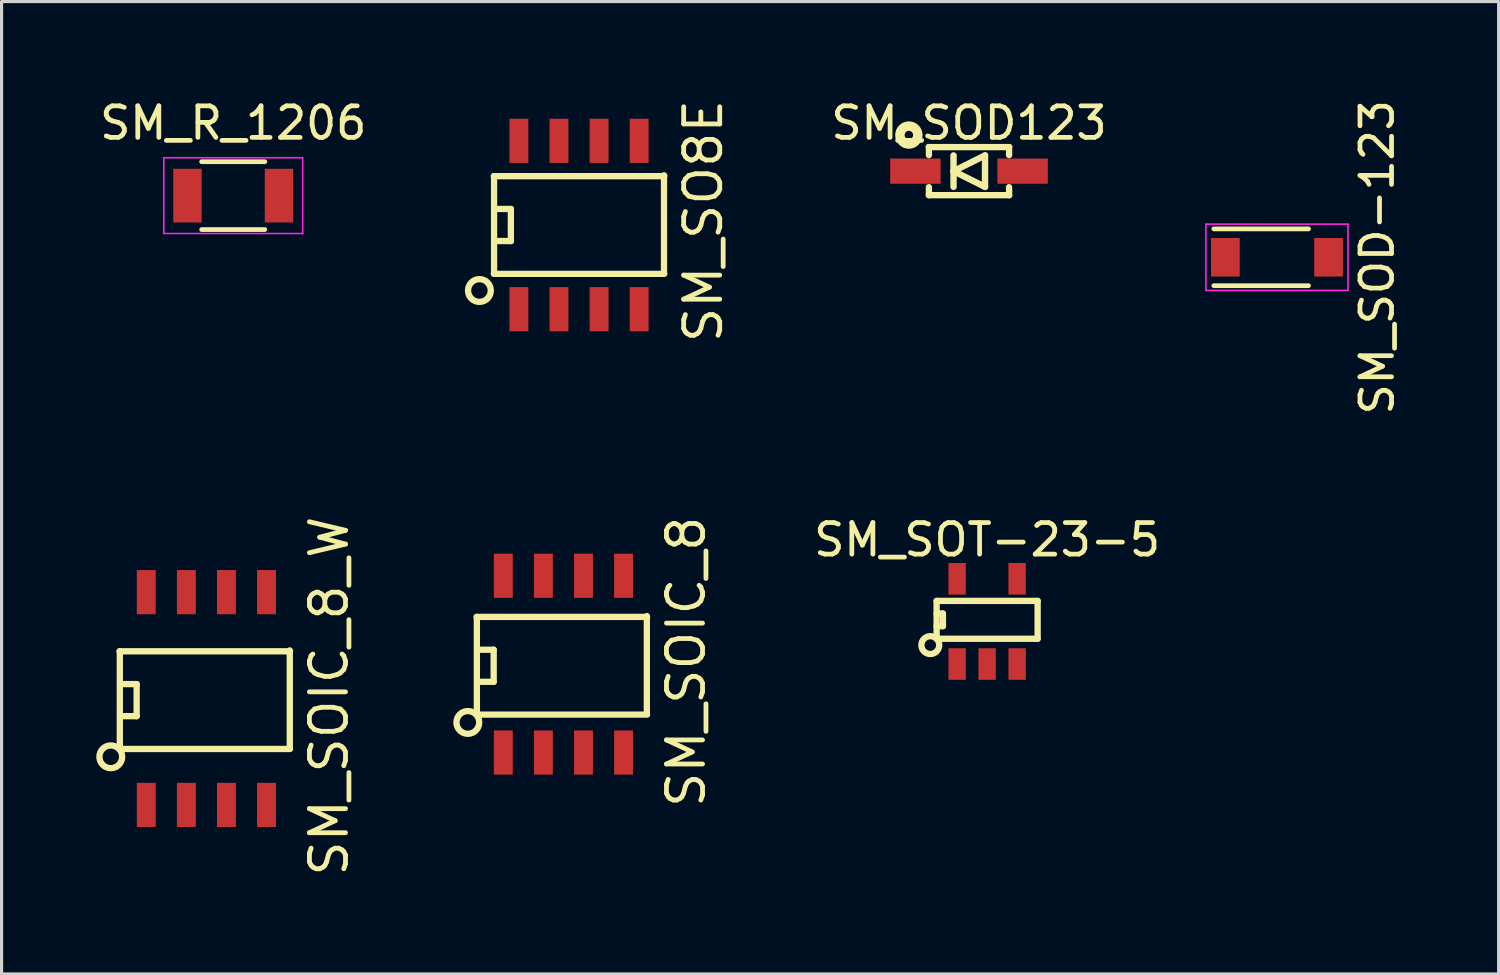
<source format=kicad_pcb>
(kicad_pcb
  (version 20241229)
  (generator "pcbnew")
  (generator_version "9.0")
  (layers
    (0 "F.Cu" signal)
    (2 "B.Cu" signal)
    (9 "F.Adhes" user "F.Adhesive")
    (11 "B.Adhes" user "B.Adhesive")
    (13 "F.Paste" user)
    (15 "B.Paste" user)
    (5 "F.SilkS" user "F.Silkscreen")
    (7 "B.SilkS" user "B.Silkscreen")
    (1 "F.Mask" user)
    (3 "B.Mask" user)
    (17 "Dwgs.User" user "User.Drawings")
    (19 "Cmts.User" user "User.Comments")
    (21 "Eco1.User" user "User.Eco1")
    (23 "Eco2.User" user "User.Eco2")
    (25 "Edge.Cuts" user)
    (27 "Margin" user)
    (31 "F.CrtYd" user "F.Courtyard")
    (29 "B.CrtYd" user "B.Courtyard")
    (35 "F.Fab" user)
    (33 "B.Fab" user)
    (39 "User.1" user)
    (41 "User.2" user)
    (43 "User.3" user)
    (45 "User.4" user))
  (footprint "SM_SOIC_8_W"
    (layer "F.Cu")
    (at 4.124 19.081)
    (property "Reference" "SM_SOIC_8_W" (at 3.251 -0.076 90) (layer "F.SilkS") (effects (font (size 1.143 1.143) (thickness 0.152))))
    (attr smd)
    (fp_line (start -3.386 -1.497) (end 2.014 -1.497) (stroke (width 0.2) (type solid)) (layer "F.SilkS"))
    (fp_line (start -3.386 1.598) (end 2.014 1.598) (stroke (width 0.2) (type solid)) (layer "F.SilkS"))
    (fp_line (start -3.378 -1.499) (end -3.378 1.575) (stroke (width 0.2) (type solid)) (layer "F.SilkS"))
    (fp_line (start -3.353 -0.457) (end -2.845 -0.457) (stroke (width 0.2) (type solid)) (layer "F.SilkS"))
    (fp_line (start -2.845 -0.457) (end -2.845 0.559) (stroke (width 0.2) (type solid)) (layer "F.SilkS"))
    (fp_line (start -2.845 0.559) (end -3.353 0.559) (stroke (width 0.2) (type solid)) (layer "F.SilkS"))
    (fp_line (start 2.007 -1.524) (end 2.007 1.575) (stroke (width 0.2) (type solid)) (layer "F.SilkS"))
    (fp_circle (center -3.664 1.846) (end -3.364 1.646) (stroke (width 0.2) (type solid)) (fill no) (layer "F.SilkS"))
    (pad "1" smd rect (at -2.54 3.37) (size 0.599 1.4) (layers "F.Cu" "F.Mask" "F.Paste"))
    (pad "2" smd rect (at -1.27 3.37) (size 0.599 1.4) (layers "F.Cu" "F.Mask" "F.Paste"))
    (pad "3" smd rect (at 0 3.37) (size 0.599 1.4) (layers "F.Cu" "F.Mask" "F.Paste"))
    (pad "4" smd rect (at 1.27 3.37) (size 0.599 1.4) (layers "F.Cu" "F.Mask" "F.Paste"))
    (pad "5" smd rect (at 1.27 -3.37) (size 0.599 1.4) (layers "F.Cu" "F.Mask" "F.Paste"))
    (pad "6" smd rect (at 0 -3.37) (size 0.599 1.4) (layers "F.Cu" "F.Mask" "F.Paste"))
    (pad "7" smd rect (at -1.27 -3.37) (size 0.599 1.4) (layers "F.Cu" "F.Mask" "F.Paste"))
    (pad "8" smd rect (at -2.54 -3.37) (size 0.599 1.4) (layers "F.Cu" "F.Mask" "F.Paste")))
  (footprint "SM_SOD123"
    (layer "F.Cu")
    (at 27.65 2.372)
    (property "Reference" "SM_SOD123" (at 0 -1.524 0) (layer "F.SilkS") (effects (font (size 1 1) (thickness 0.15))))
    (attr smd)
    (fp_line (start -1.321 -0.785) (end 1.321 -0.785) (stroke (width 0.102) (type solid)) (layer "F.SilkS"))
    (fp_line (start -1.321 0.785) (end 1.321 0.785) (stroke (width 0.102) (type solid)) (layer "F.SilkS"))
    (fp_line (start -1.27 -0.762) (end 1.27 -0.762) (stroke (width 0.2) (type solid)) (layer "F.SilkS"))
    (fp_line (start -1.27 -0.508) (end -1.27 -0.762) (stroke (width 0.2) (type solid)) (layer "F.SilkS"))
    (fp_line (start -1.27 0.508) (end -1.27 0.762) (stroke (width 0.2) (type solid)) (layer "F.SilkS"))
    (fp_line (start -1.27 0.762) (end 1.27 0.762) (stroke (width 0.2) (type solid)) (layer "F.SilkS"))
    (fp_line (start -0.49 -0.498) (end -0.49 0) (stroke (width 0.203) (type solid)) (layer "F.SilkS"))
    (fp_line (start -0.49 0) (end -0.49 0.498) (stroke (width 0.203) (type solid)) (layer "F.SilkS"))
    (fp_line (start -0.49 0) (end 0.508 -0.498) (stroke (width 0.203) (type solid)) (layer "F.SilkS"))
    (fp_line (start 0.508 -0.498) (end 0.508 0.498) (stroke (width 0.203) (type solid)) (layer "F.SilkS"))
    (fp_line (start 0.508 0.498) (end -0.49 0) (stroke (width 0.203) (type solid)) (layer "F.SilkS"))
    (fp_line (start 1.27 -0.762) (end 1.27 -0.508) (stroke (width 0.2) (type solid)) (layer "F.SilkS"))
    (fp_line (start 1.27 0.508) (end 1.27 0.635) (stroke (width 0.2) (type solid)) (layer "F.SilkS"))
    (fp_line (start 1.27 0.762) (end 1.27 0.635) (stroke (width 0.2) (type solid)) (layer "F.SilkS"))
    (fp_circle (center -1.905 -1.143) (end -1.651 -1.016) (stroke (width 0.3) (type solid)) (fill no) (layer "F.SilkS"))
    (pad "1" smd rect (at -1.699 0) (size 1.598 0.798) (layers "F.Cu" "F.Mask" "F.Paste"))
    (pad "2" smd rect (at 1.699 0) (size 1.598 0.798) (layers "F.Cu" "F.Mask" "F.Paste")))
  (footprint "SM_SO8E"
    (layer "F.Cu")
    (at 15.295 4.079)
    (property "Reference" "SM_SO8E" (at 3.937 -0.127 90) (layer "F.SilkS") (effects (font (size 1.143 1.143) (thickness 0.152))))
    (attr smd)
    (fp_line (start -2.7 -1.548) (end 2.7 -1.548) (stroke (width 0.2) (type solid)) (layer "F.SilkS"))
    (fp_line (start -2.7 1.548) (end 2.7 1.548) (stroke (width 0.2) (type solid)) (layer "F.SilkS"))
    (fp_line (start -2.692 -1.549) (end -2.692 1.524) (stroke (width 0.2) (type solid)) (layer "F.SilkS"))
    (fp_line (start -2.667 -0.508) (end -2.159 -0.508) (stroke (width 0.2) (type solid)) (layer "F.SilkS"))
    (fp_line (start -2.159 -0.508) (end -2.159 0.508) (stroke (width 0.2) (type solid)) (layer "F.SilkS"))
    (fp_line (start -2.159 0.508) (end -2.667 0.508) (stroke (width 0.2) (type solid)) (layer "F.SilkS"))
    (fp_line (start 2.692 -1.575) (end 2.692 1.524) (stroke (width 0.2) (type solid)) (layer "F.SilkS"))
    (fp_circle (center -3.156 2.075) (end -2.856 1.875) (stroke (width 0.2) (type solid)) (fill no) (layer "F.SilkS"))
    (pad "1" smd rect (at -1.905 2.667) (size 0.599 1.4) (layers "F.Cu" "F.Mask" "F.Paste"))
    (pad "2" smd rect (at -0.635 2.667) (size 0.599 1.4) (layers "F.Cu" "F.Mask" "F.Paste"))
    (pad "3" smd rect (at 0.635 2.667) (size 0.599 1.4) (layers "F.Cu" "F.Mask" "F.Paste"))
    (pad "4" smd rect (at 1.905 2.667) (size 0.599 1.4) (layers "F.Cu" "F.Mask" "F.Paste"))
    (pad "5" smd rect (at 1.905 -2.667) (size 0.599 1.4) (layers "F.Cu" "F.Mask" "F.Paste"))
    (pad "6" smd rect (at 0.635 -2.667) (size 0.599 1.4) (layers "F.Cu" "F.Mask" "F.Paste"))
    (pad "7" smd rect (at -0.635 -2.667) (size 0.599 1.4) (layers "F.Cu" "F.Mask" "F.Paste"))
    (pad "8" smd rect (at -1.905 -2.667) (size 0.599 1.4) (layers "F.Cu" "F.Mask" "F.Paste")))
  (footprint "SM_SOD-123"
    (layer "F.Cu")
    (at 37.407 5.101)
    (property "Reference" "SM_SOD-123" (at 3.175 0 90) (layer "F.SilkS") (effects (font (size 1 1) (thickness 0.15))))
    (attr smd)
    (fp_line (start -2 -0.9) (end 1 -0.9) (stroke (width 0.15) (type solid)) (layer "F.SilkS"))
    (fp_line (start -2 0.9) (end 1 0.9) (stroke (width 0.15) (type solid)) (layer "F.SilkS"))
    (fp_line (start -2.25 -1.05) (end -2.25 1.05) (stroke (width 0.05) (type solid)) (layer "F.CrtYd"))
    (fp_line (start -2.25 -1.05) (end 2.25 -1.05) (stroke (width 0.05) (type solid)) (layer "F.CrtYd"))
    (fp_line (start 2.25 -1.05) (end 2.25 1.05) (stroke (width 0.05) (type solid)) (layer "F.CrtYd"))
    (fp_line (start 2.25 1.05) (end -2.25 1.05) (stroke (width 0.05) (type solid)) (layer "F.CrtYd"))
    (pad "1" smd rect (at -1.635 0) (size 0.91 1.22) (layers "F.Cu" "F.Mask" "F.Paste"))
    (pad "2" smd rect (at 1.635 0) (size 0.91 1.22) (layers "F.Cu" "F.Mask" "F.Paste")))
  (footprint "SM_SOIC_8"
    (layer "F.Cu")
    (at 15.436 17.992)
    (property "Reference" "SM_SOIC_8" (at 3.251 -0.076 90) (layer "F.SilkS") (effects (font (size 1.143 1.143) (thickness 0.152))))
    (attr smd)
    (fp_line (start -3.386 -1.497) (end 2.014 -1.497) (stroke (width 0.2) (type solid)) (layer "F.SilkS"))
    (fp_line (start -3.386 1.598) (end 2.014 1.598) (stroke (width 0.2) (type solid)) (layer "F.SilkS"))
    (fp_line (start -3.378 -1.499) (end -3.378 1.575) (stroke (width 0.2) (type solid)) (layer "F.SilkS"))
    (fp_line (start -3.353 -0.457) (end -2.845 -0.457) (stroke (width 0.2) (type solid)) (layer "F.SilkS"))
    (fp_line (start -2.845 -0.457) (end -2.845 0.559) (stroke (width 0.2) (type solid)) (layer "F.SilkS"))
    (fp_line (start -2.845 0.559) (end -3.353 0.559) (stroke (width 0.2) (type solid)) (layer "F.SilkS"))
    (fp_line (start 2.007 -1.524) (end 2.007 1.575) (stroke (width 0.2) (type solid)) (layer "F.SilkS"))
    (fp_circle (center -3.664 1.846) (end -3.364 1.646) (stroke (width 0.2) (type solid)) (fill no) (layer "F.SilkS"))
    (pad "1" smd rect (at -2.54 2.8) (size 0.599 1.4) (layers "F.Cu" "F.Mask" "F.Paste"))
    (pad "2" smd rect (at -1.27 2.8) (size 0.599 1.4) (layers "F.Cu" "F.Mask" "F.Paste"))
    (pad "3" smd rect (at 0 2.8) (size 0.599 1.4) (layers "F.Cu" "F.Mask" "F.Paste"))
    (pad "4" smd rect (at 1.27 2.8) (size 0.599 1.4) (layers "F.Cu" "F.Mask" "F.Paste"))
    (pad "5" smd rect (at 1.27 -2.8) (size 0.599 1.4) (layers "F.Cu" "F.Mask" "F.Paste"))
    (pad "6" smd rect (at 0 -2.8) (size 0.599 1.4) (layers "F.Cu" "F.Mask" "F.Paste"))
    (pad "7" smd rect (at -1.27 -2.8) (size 0.599 1.4) (layers "F.Cu" "F.Mask" "F.Paste"))
    (pad "8" smd rect (at -2.54 -2.8) (size 0.599 1.4) (layers "F.Cu" "F.Mask" "F.Paste")))
  (footprint "SM_R_1206"
    (layer "F.Cu")
    (at 4.339 3.148)
    (property "Reference" "SM_R_1206" (at 0 -2.3 0) (layer "F.SilkS") (effects (font (size 1 1) (thickness 0.15))))
    (attr smd)
    (fp_line (start -1 -1.075) (end 1 -1.075) (stroke (width 0.15) (type solid)) (layer "F.SilkS"))
    (fp_line (start 1 1.075) (end -1 1.075) (stroke (width 0.15) (type solid)) (layer "F.SilkS"))
    (fp_line (start -2.2 -1.2) (end -2.2 1.2) (stroke (width 0.05) (type solid)) (layer "F.CrtYd"))
    (fp_line (start -2.2 -1.2) (end 2.2 -1.2) (stroke (width 0.05) (type solid)) (layer "F.CrtYd"))
    (fp_line (start -2.2 1.2) (end 2.2 1.2) (stroke (width 0.05) (type solid)) (layer "F.CrtYd"))
    (fp_line (start 2.2 -1.2) (end 2.2 1.2) (stroke (width 0.05) (type solid)) (layer "F.CrtYd"))
    (pad "1" smd rect (at -1.45 0) (size 0.9 1.7) (layers "F.Cu" "F.Mask" "F.Paste"))
    (pad "2" smd rect (at 1.45 0) (size 0.9 1.7) (layers "F.Cu" "F.Mask" "F.Paste")))
  (footprint "SM_SOT-23-5"
    (layer "F.Cu")
    (at 28.224 17.988)
    (property "Reference" "SM_SOT-23-5" (at 0 -3.937 0) (layer "F.SilkS") (effects (font (size 1 1) (thickness 0.15))))
    (attr smd)
    (fp_line (start -1.6 -2) (end 1.6 -2) (stroke (width 0.2) (type solid)) (layer "F.SilkS"))
    (fp_line (start -1.6 -1.2) (end -1.4 -1.2) (stroke (width 0.2) (type solid)) (layer "F.SilkS"))
    (fp_line (start -1.6 -0.8) (end -1.6 -2) (stroke (width 0.2) (type solid)) (layer "F.SilkS"))
    (fp_line (start -1.4 -1.6) (end -1.6 -1.6) (stroke (width 0.2) (type solid)) (layer "F.SilkS"))
    (fp_line (start -1.4 -1.2) (end -1.4 -1.6) (stroke (width 0.2) (type solid)) (layer "F.SilkS"))
    (fp_line (start 1.6 -2) (end 1.6 -0.8) (stroke (width 0.2) (type solid)) (layer "F.SilkS"))
    (fp_line (start 1.6 -0.8) (end -1.6 -0.8) (stroke (width 0.2) (type solid)) (layer "F.SilkS"))
    (fp_circle (center -1.8 -0.6) (end -1.6 -0.8) (stroke (width 0.2) (type solid)) (fill no) (layer "F.SilkS"))
    (pad "1" smd rect (at -0.95 0) (size 0.55 1) (layers "F.Cu" "F.Mask" "F.Paste"))
    (pad "2" smd rect (at 0 0) (size 0.55 1) (layers "F.Cu" "F.Mask" "F.Paste"))
    (pad "3" smd rect (at 0.95 0) (size 0.55 1) (layers "F.Cu" "F.Mask" "F.Paste"))
    (pad "4" smd rect (at 0.95 -2.7) (size 0.55 1) (layers "F.Cu" "F.Mask" "F.Paste"))
    (pad "5" smd rect (at -0.95 -2.7) (size 0.55 1) (layers "F.Cu" "F.Mask" "F.Paste")))
  (gr_rect
    (start -3 -3)
    (end 44.43 27.807)
    (stroke (width 0.1) (type default))
    (fill no)
    (layer "Edge.Cuts")))
</source>
